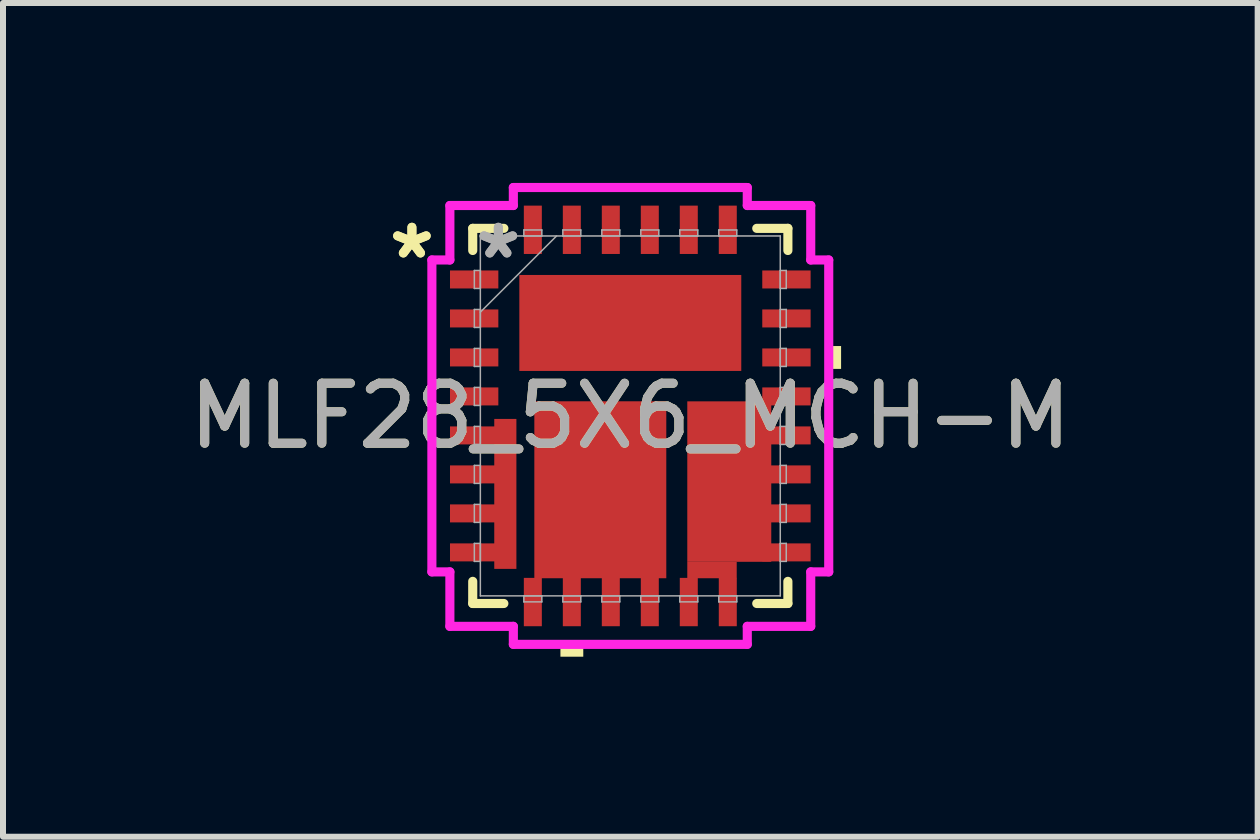
<source format=kicad_pcb>
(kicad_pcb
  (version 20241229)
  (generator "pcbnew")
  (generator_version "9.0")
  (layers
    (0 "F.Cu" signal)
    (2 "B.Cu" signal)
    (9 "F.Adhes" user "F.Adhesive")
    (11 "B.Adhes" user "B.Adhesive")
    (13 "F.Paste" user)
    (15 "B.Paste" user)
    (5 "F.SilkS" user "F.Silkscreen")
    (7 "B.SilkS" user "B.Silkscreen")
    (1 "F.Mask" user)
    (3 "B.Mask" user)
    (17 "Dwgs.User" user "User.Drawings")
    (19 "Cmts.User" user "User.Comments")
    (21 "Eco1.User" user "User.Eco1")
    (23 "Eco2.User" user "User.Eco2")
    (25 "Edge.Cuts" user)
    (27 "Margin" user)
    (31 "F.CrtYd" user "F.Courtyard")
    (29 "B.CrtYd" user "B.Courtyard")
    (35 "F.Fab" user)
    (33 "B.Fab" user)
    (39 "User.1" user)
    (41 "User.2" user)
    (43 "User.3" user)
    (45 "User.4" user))
  (footprint "MLF28_5X6_MCH-M"
    (layer "F.Cu")
    (at 7.458 3.884)
    (property "Reference" "MLF28_5X6_MCH-M" (at 0 0 0) (unlocked yes) (layer "F.SilkS") (effects (font (size 1 1) (thickness 0.15))))
    (attr smd)
    (fp_poly (pts (xy -2.268 0.05) (xy -1.899 0.05) (xy -1.899 2.55) (xy -2.268 2.55)) (stroke (width 0) (type solid)) (fill yes) (layer "F.Cu"))
    (fp_poly (pts (xy -1.6 -0.244) (xy 0.6 -0.244) (xy 0.6 2.706) (xy -1.6 2.706)) (stroke (width 0) (type solid)) (fill yes) (layer "F.Cu"))
    (fp_poly (pts (xy 0.95 2.431) (xy 1.774 2.431) (xy 1.774 2.706) (xy 0.95 2.706)) (stroke (width 0) (type solid)) (fill yes) (layer "F.Cu"))
    (fp_poly (pts (xy 0.95 -0.243) (xy 2.35 -0.243) (xy 2.35 2.432) (xy 0.95 2.432)) (stroke (width 0) (type solid)) (fill yes) (layer "F.Cu"))
    (fp_line (start -2.627 -3.127) (end -2.627 -2.758) (stroke (width 0.152) (type solid)) (layer "F.SilkS"))
    (fp_line (start -2.627 2.758) (end -2.627 3.127) (stroke (width 0.152) (type solid)) (layer "F.SilkS"))
    (fp_line (start -2.627 3.127) (end -2.108 3.127) (stroke (width 0.152) (type solid)) (layer "F.SilkS"))
    (fp_line (start -2.108 -3.127) (end -2.627 -3.127) (stroke (width 0.152) (type solid)) (layer "F.SilkS"))
    (fp_line (start 2.108 3.127) (end 2.627 3.127) (stroke (width 0.152) (type solid)) (layer "F.SilkS"))
    (fp_line (start 2.627 -3.127) (end 2.108 -3.127) (stroke (width 0.152) (type solid)) (layer "F.SilkS"))
    (fp_line (start 2.627 -2.758) (end 2.627 -3.127) (stroke (width 0.152) (type solid)) (layer "F.SilkS"))
    (fp_line (start 2.627 3.127) (end 2.627 2.758) (stroke (width 0.152) (type solid)) (layer "F.SilkS"))
    (fp_poly (pts (xy -1.165 3.76) (xy -1.165 4.014) (xy -0.784 4.014) (xy -0.784 3.76)) (stroke (width 0) (type solid)) (fill yes) (layer "F.SilkS"))
    (fp_poly (pts (xy 3.514 -1.165) (xy 3.514 -0.784) (xy 3.26 -0.784) (xy 3.26 -1.165)) (stroke (width 0) (type solid)) (fill yes) (layer "F.SilkS"))
    (fp_poly (pts (xy -3.003 -1.76) (xy -2.203 -1.76) (xy -2.203 -1.49) (xy -3.003 -1.49)) (stroke (width 0) (type solid)) (fill yes) (layer "F.Paste"))
    (fp_poly (pts (xy -3.003 -1.11) (xy -2.203 -1.11) (xy -2.203 -0.84) (xy -3.003 -0.84)) (stroke (width 0) (type solid)) (fill yes) (layer "F.Paste"))
    (fp_poly (pts (xy -3.003 -0.46) (xy -2.203 -0.46) (xy -2.203 -0.19) (xy -3.003 -0.19)) (stroke (width 0) (type solid)) (fill yes) (layer "F.Paste"))
    (fp_poly (pts (xy -3.003 0.19) (xy -2.203 0.19) (xy -2.203 0.46) (xy -3.003 0.46)) (stroke (width 0) (type solid)) (fill yes) (layer "F.Paste"))
    (fp_poly (pts (xy -3.003 0.84) (xy -2.203 0.84) (xy -2.203 1.11) (xy -3.003 1.11)) (stroke (width 0) (type solid)) (fill yes) (layer "F.Paste"))
    (fp_poly (pts (xy -3.003 1.49) (xy -2.203 1.49) (xy -2.203 1.76) (xy -3.003 1.76)) (stroke (width 0) (type solid)) (fill yes) (layer "F.Paste"))
    (fp_poly (pts (xy -3.003 2.14) (xy -2.203 2.14) (xy -2.203 2.41) (xy -3.003 2.41)) (stroke (width 0) (type solid)) (fill yes) (layer "F.Paste"))
    (fp_poly (pts (xy -1.837 -3.578) (xy -1.412 -3.578) (xy -1.412 -2.628) (xy -1.837 -2.628)) (stroke (width 0) (type solid)) (fill yes) (layer "F.Paste"))
    (fp_poly (pts (xy -1.187 -3.578) (xy -0.762 -3.578) (xy -0.762 -2.628) (xy -1.187 -2.628)) (stroke (width 0) (type solid)) (fill yes) (layer "F.Paste"))
    (fp_poly (pts (xy -1.11 -3.503) (xy -0.84 -3.503) (xy -0.84 -2.703) (xy -1.11 -2.703)) (stroke (width 0) (type solid)) (fill yes) (layer "F.Paste"))
    (fp_poly (pts (xy -0.537 -3.578) (xy -0.112 -3.578) (xy -0.112 -2.628) (xy -0.537 -2.628)) (stroke (width 0) (type solid)) (fill yes) (layer "F.Paste"))
    (fp_poly (pts (xy -0.46 -3.503) (xy -0.19 -3.503) (xy -0.19 -2.703) (xy -0.46 -2.703)) (stroke (width 0) (type solid)) (fill yes) (layer "F.Paste"))
    (fp_poly (pts (xy 0.113 -3.578) (xy 0.537 -3.578) (xy 0.537 -2.628) (xy 0.113 -2.628)) (stroke (width 0) (type solid)) (fill yes) (layer "F.Paste"))
    (fp_poly (pts (xy 0.762 -3.578) (xy 1.188 -3.578) (xy 1.188 -2.628) (xy 0.762 -2.628)) (stroke (width 0) (type solid)) (fill yes) (layer "F.Paste"))
    (fp_poly (pts (xy 0.762 2.628) (xy 1.188 2.628) (xy 1.188 3.578) (xy 0.762 3.578)) (stroke (width 0) (type solid)) (fill yes) (layer "F.Paste"))
    (fp_poly (pts (xy 1.413 -3.578) (xy 1.837 -3.578) (xy 1.837 -2.628) (xy 1.413 -2.628)) (stroke (width 0) (type solid)) (fill yes) (layer "F.Paste"))
    (fp_poly (pts (xy 1.413 2.628) (xy 1.837 2.628) (xy 1.837 3.578) (xy 1.413 3.578)) (stroke (width 0) (type solid)) (fill yes) (layer "F.Paste"))
    (fp_poly (pts (xy 2.062 2.628) (xy 2.488 2.628) (xy 2.488 3.578) (xy 2.062 3.578)) (stroke (width 0) (type solid)) (fill yes) (layer "F.Paste"))
    (fp_poly (pts (xy 2.128 -2.488) (xy 3.078 -2.488) (xy 3.078 -2.062) (xy 2.128 -2.062)) (stroke (width 0) (type solid)) (fill yes) (layer "F.Paste"))
    (fp_poly (pts (xy 2.128 -1.837) (xy 3.078 -1.837) (xy 3.078 -1.413) (xy 2.128 -1.413)) (stroke (width 0) (type solid)) (fill yes) (layer "F.Paste"))
    (fp_poly (pts (xy 2.128 -1.188) (xy 3.078 -1.188) (xy 3.078 -0.762) (xy 2.128 -0.762)) (stroke (width 0) (type solid)) (fill yes) (layer "F.Paste"))
    (fp_poly (pts (xy 2.128 -0.537) (xy 3.078 -0.537) (xy 3.078 -0.112) (xy 2.128 -0.112)) (stroke (width 0) (type solid)) (fill yes) (layer "F.Paste"))
    (fp_poly (pts (xy 2.128 0.113) (xy 3.078 0.113) (xy 3.078 0.537) (xy 2.128 0.537)) (stroke (width 0) (type solid)) (fill yes) (layer "F.Paste"))
    (fp_poly (pts (xy 2.128 0.762) (xy 3.078 0.762) (xy 3.078 1.188) (xy 2.128 1.188)) (stroke (width 0) (type solid)) (fill yes) (layer "F.Paste"))
    (fp_poly (pts (xy 2.128 1.413) (xy 3.078 1.413) (xy 3.078 1.837) (xy 2.128 1.837)) (stroke (width 0) (type solid)) (fill yes) (layer "F.Paste"))
    (fp_poly (pts (xy 2.128 2.062) (xy 3.078 2.062) (xy 3.078 2.488) (xy 2.128 2.488)) (stroke (width 0) (type solid)) (fill yes) (layer "F.Paste"))
    (fp_poly (pts (xy 2.712 2.628) (xy 3.137 2.628) (xy 3.137 3.578) (xy 2.712 3.578)) (stroke (width 0) (type solid)) (fill yes) (layer "F.Paste"))
    (fp_line (start -3.308 -2.6) (end -3.008 -2.6) (stroke (width 0.152) (type solid)) (layer "F.CrtYd"))
    (fp_line (start -3.308 2.6) (end -3.308 -2.6) (stroke (width 0.152) (type solid)) (layer "F.CrtYd"))
    (fp_line (start -3.008 -3.508) (end -1.95 -3.508) (stroke (width 0.152) (type solid)) (layer "F.CrtYd"))
    (fp_line (start -3.008 -2.6) (end -3.008 -3.508) (stroke (width 0.152) (type solid)) (layer "F.CrtYd"))
    (fp_line (start -3.008 2.6) (end -3.308 2.6) (stroke (width 0.152) (type solid)) (layer "F.CrtYd"))
    (fp_line (start -3.008 3.508) (end -3.008 2.6) (stroke (width 0.152) (type solid)) (layer "F.CrtYd"))
    (fp_line (start -1.95 -3.808) (end 1.95 -3.808) (stroke (width 0.152) (type solid)) (layer "F.CrtYd"))
    (fp_line (start -1.95 -3.508) (end -1.95 -3.808) (stroke (width 0.152) (type solid)) (layer "F.CrtYd"))
    (fp_line (start -1.95 3.508) (end -3.008 3.508) (stroke (width 0.152) (type solid)) (layer "F.CrtYd"))
    (fp_line (start -1.95 3.808) (end -1.95 3.508) (stroke (width 0.152) (type solid)) (layer "F.CrtYd"))
    (fp_line (start 1.95 -3.808) (end 1.95 -3.508) (stroke (width 0.152) (type solid)) (layer "F.CrtYd"))
    (fp_line (start 1.95 -3.508) (end 3.008 -3.508) (stroke (width 0.152) (type solid)) (layer "F.CrtYd"))
    (fp_line (start 1.95 3.508) (end 1.95 3.808) (stroke (width 0.152) (type solid)) (layer "F.CrtYd"))
    (fp_line (start 1.95 3.808) (end -1.95 3.808) (stroke (width 0.152) (type solid)) (layer "F.CrtYd"))
    (fp_line (start 3.008 -3.508) (end 3.008 -2.6) (stroke (width 0.152) (type solid)) (layer "F.CrtYd"))
    (fp_line (start 3.008 -2.6) (end 3.308 -2.6) (stroke (width 0.152) (type solid)) (layer "F.CrtYd"))
    (fp_line (start 3.008 2.6) (end 3.008 3.508) (stroke (width 0.152) (type solid)) (layer "F.CrtYd"))
    (fp_line (start 3.008 3.508) (end 1.95 3.508) (stroke (width 0.152) (type solid)) (layer "F.CrtYd"))
    (fp_line (start 3.308 -2.6) (end 3.308 2.6) (stroke (width 0.152) (type solid)) (layer "F.CrtYd"))
    (fp_line (start 3.308 2.6) (end 3.008 2.6) (stroke (width 0.152) (type solid)) (layer "F.CrtYd"))
    (fp_line (start -2.6 -2.425) (end -2.6 -2.125) (stroke (width 0.025) (type solid)) (layer "F.Fab"))
    (fp_line (start -2.6 -2.125) (end -2.5 -2.125) (stroke (width 0.025) (type solid)) (layer "F.Fab"))
    (fp_line (start -2.6 -1.775) (end -2.6 -1.475) (stroke (width 0.025) (type solid)) (layer "F.Fab"))
    (fp_line (start -2.6 -1.475) (end -2.5 -1.475) (stroke (width 0.025) (type solid)) (layer "F.Fab"))
    (fp_line (start -2.6 -1.125) (end -2.6 -0.825) (stroke (width 0.025) (type solid)) (layer "F.Fab"))
    (fp_line (start -2.6 -0.825) (end -2.5 -0.825) (stroke (width 0.025) (type solid)) (layer "F.Fab"))
    (fp_line (start -2.6 -0.475) (end -2.6 -0.175) (stroke (width 0.025) (type solid)) (layer "F.Fab"))
    (fp_line (start -2.6 -0.175) (end -2.5 -0.175) (stroke (width 0.025) (type solid)) (layer "F.Fab"))
    (fp_line (start -2.6 0.175) (end -2.6 0.475) (stroke (width 0.025) (type solid)) (layer "F.Fab"))
    (fp_line (start -2.6 0.475) (end -2.5 0.475) (stroke (width 0.025) (type solid)) (layer "F.Fab"))
    (fp_line (start -2.6 0.825) (end -2.6 1.125) (stroke (width 0.025) (type solid)) (layer "F.Fab"))
    (fp_line (start -2.6 1.125) (end -2.5 1.125) (stroke (width 0.025) (type solid)) (layer "F.Fab"))
    (fp_line (start -2.6 1.475) (end -2.6 1.775) (stroke (width 0.025) (type solid)) (layer "F.Fab"))
    (fp_line (start -2.6 1.775) (end -2.5 1.775) (stroke (width 0.025) (type solid)) (layer "F.Fab"))
    (fp_line (start -2.6 2.125) (end -2.6 2.425) (stroke (width 0.025) (type solid)) (layer "F.Fab"))
    (fp_line (start -2.6 2.425) (end -2.5 2.425) (stroke (width 0.025) (type solid)) (layer "F.Fab"))
    (fp_line (start -2.5 -3) (end -2.5 3) (stroke (width 0.025) (type solid)) (layer "F.Fab"))
    (fp_line (start -2.5 -2.425) (end -2.6 -2.425) (stroke (width 0.025) (type solid)) (layer "F.Fab"))
    (fp_line (start -2.5 -2.125) (end -2.5 -2.425) (stroke (width 0.025) (type solid)) (layer "F.Fab"))
    (fp_line (start -2.5 -1.775) (end -2.6 -1.775) (stroke (width 0.025) (type solid)) (layer "F.Fab"))
    (fp_line (start -2.5 -1.73) (end -1.23 -3) (stroke (width 0.025) (type solid)) (layer "F.Fab"))
    (fp_line (start -2.5 -1.475) (end -2.5 -1.775) (stroke (width 0.025) (type solid)) (layer "F.Fab"))
    (fp_line (start -2.5 -1.125) (end -2.6 -1.125) (stroke (width 0.025) (type solid)) (layer "F.Fab"))
    (fp_line (start -2.5 -0.825) (end -2.5 -1.125) (stroke (width 0.025) (type solid)) (layer "F.Fab"))
    (fp_line (start -2.5 -0.475) (end -2.6 -0.475) (stroke (width 0.025) (type solid)) (layer "F.Fab"))
    (fp_line (start -2.5 -0.175) (end -2.5 -0.475) (stroke (width 0.025) (type solid)) (layer "F.Fab"))
    (fp_line (start -2.5 0.175) (end -2.6 0.175) (stroke (width 0.025) (type solid)) (layer "F.Fab"))
    (fp_line (start -2.5 0.475) (end -2.5 0.175) (stroke (width 0.025) (type solid)) (layer "F.Fab"))
    (fp_line (start -2.5 0.825) (end -2.6 0.825) (stroke (width 0.025) (type solid)) (layer "F.Fab"))
    (fp_line (start -2.5 1.125) (end -2.5 0.825) (stroke (width 0.025) (type solid)) (layer "F.Fab"))
    (fp_line (start -2.5 1.475) (end -2.6 1.475) (stroke (width 0.025) (type solid)) (layer "F.Fab"))
    (fp_line (start -2.5 1.775) (end -2.5 1.475) (stroke (width 0.025) (type solid)) (layer "F.Fab"))
    (fp_line (start -2.5 2.125) (end -2.6 2.125) (stroke (width 0.025) (type solid)) (layer "F.Fab"))
    (fp_line (start -2.5 2.425) (end -2.5 2.125) (stroke (width 0.025) (type solid)) (layer "F.Fab"))
    (fp_line (start -2.5 3) (end 2.5 3) (stroke (width 0.025) (type solid)) (layer "F.Fab"))
    (fp_line (start -1.775 -3.1) (end -1.775 -3) (stroke (width 0.025) (type solid)) (layer "F.Fab"))
    (fp_line (start -1.775 -3) (end -1.475 -3) (stroke (width 0.025) (type solid)) (layer "F.Fab"))
    (fp_line (start -1.775 3) (end -1.775 3.1) (stroke (width 0.025) (type solid)) (layer "F.Fab"))
    (fp_line (start -1.775 3.1) (end -1.475 3.1) (stroke (width 0.025) (type solid)) (layer "F.Fab"))
    (fp_line (start -1.475 -3.1) (end -1.775 -3.1) (stroke (width 0.025) (type solid)) (layer "F.Fab"))
    (fp_line (start -1.475 -3) (end -1.475 -3.1) (stroke (width 0.025) (type solid)) (layer "F.Fab"))
    (fp_line (start -1.475 3) (end -1.775 3) (stroke (width 0.025) (type solid)) (layer "F.Fab"))
    (fp_line (start -1.475 3.1) (end -1.475 3) (stroke (width 0.025) (type solid)) (layer "F.Fab"))
    (fp_line (start -1.125 -3.1) (end -1.125 -3) (stroke (width 0.025) (type solid)) (layer "F.Fab"))
    (fp_line (start -1.125 -3) (end -0.825 -3) (stroke (width 0.025) (type solid)) (layer "F.Fab"))
    (fp_line (start -1.125 3) (end -1.125 3.1) (stroke (width 0.025) (type solid)) (layer "F.Fab"))
    (fp_line (start -1.125 3.1) (end -0.825 3.1) (stroke (width 0.025) (type solid)) (layer "F.Fab"))
    (fp_line (start -0.825 -3.1) (end -1.125 -3.1) (stroke (width 0.025) (type solid)) (layer "F.Fab"))
    (fp_line (start -0.825 -3) (end -0.825 -3.1) (stroke (width 0.025) (type solid)) (layer "F.Fab"))
    (fp_line (start -0.825 3) (end -1.125 3) (stroke (width 0.025) (type solid)) (layer "F.Fab"))
    (fp_line (start -0.825 3.1) (end -0.825 3) (stroke (width 0.025) (type solid)) (layer "F.Fab"))
    (fp_line (start -0.475 -3.1) (end -0.475 -3) (stroke (width 0.025) (type solid)) (layer "F.Fab"))
    (fp_line (start -0.475 -3) (end -0.175 -3) (stroke (width 0.025) (type solid)) (layer "F.Fab"))
    (fp_line (start -0.475 3) (end -0.475 3.1) (stroke (width 0.025) (type solid)) (layer "F.Fab"))
    (fp_line (start -0.475 3.1) (end -0.175 3.1) (stroke (width 0.025) (type solid)) (layer "F.Fab"))
    (fp_line (start -0.175 -3.1) (end -0.475 -3.1) (stroke (width 0.025) (type solid)) (layer "F.Fab"))
    (fp_line (start -0.175 -3) (end -0.175 -3.1) (stroke (width 0.025) (type solid)) (layer "F.Fab"))
    (fp_line (start -0.175 3) (end -0.475 3) (stroke (width 0.025) (type solid)) (layer "F.Fab"))
    (fp_line (start -0.175 3.1) (end -0.175 3) (stroke (width 0.025) (type solid)) (layer "F.Fab"))
    (fp_line (start 0.175 -3.1) (end 0.175 -3) (stroke (width 0.025) (type solid)) (layer "F.Fab"))
    (fp_line (start 0.175 -3) (end 0.475 -3) (stroke (width 0.025) (type solid)) (layer "F.Fab"))
    (fp_line (start 0.175 3) (end 0.175 3.1) (stroke (width 0.025) (type solid)) (layer "F.Fab"))
    (fp_line (start 0.175 3.1) (end 0.475 3.1) (stroke (width 0.025) (type solid)) (layer "F.Fab"))
    (fp_line (start 0.475 -3.1) (end 0.175 -3.1) (stroke (width 0.025) (type solid)) (layer "F.Fab"))
    (fp_line (start 0.475 -3) (end 0.475 -3.1) (stroke (width 0.025) (type solid)) (layer "F.Fab"))
    (fp_line (start 0.475 3) (end 0.175 3) (stroke (width 0.025) (type solid)) (layer "F.Fab"))
    (fp_line (start 0.475 3.1) (end 0.475 3) (stroke (width 0.025) (type solid)) (layer "F.Fab"))
    (fp_line (start 0.825 -3.1) (end 0.825 -3) (stroke (width 0.025) (type solid)) (layer "F.Fab"))
    (fp_line (start 0.825 -3) (end 1.125 -3) (stroke (width 0.025) (type solid)) (layer "F.Fab"))
    (fp_line (start 0.825 3) (end 0.825 3.1) (stroke (width 0.025) (type solid)) (layer "F.Fab"))
    (fp_line (start 0.825 3.1) (end 1.125 3.1) (stroke (width 0.025) (type solid)) (layer "F.Fab"))
    (fp_line (start 1.125 -3.1) (end 0.825 -3.1) (stroke (width 0.025) (type solid)) (layer "F.Fab"))
    (fp_line (start 1.125 -3) (end 1.125 -3.1) (stroke (width 0.025) (type solid)) (layer "F.Fab"))
    (fp_line (start 1.125 3) (end 0.825 3) (stroke (width 0.025) (type solid)) (layer "F.Fab"))
    (fp_line (start 1.125 3.1) (end 1.125 3) (stroke (width 0.025) (type solid)) (layer "F.Fab"))
    (fp_line (start 1.475 -3.1) (end 1.475 -3) (stroke (width 0.025) (type solid)) (layer "F.Fab"))
    (fp_line (start 1.475 -3) (end 1.775 -3) (stroke (width 0.025) (type solid)) (layer "F.Fab"))
    (fp_line (start 1.475 3) (end 1.475 3.1) (stroke (width 0.025) (type solid)) (layer "F.Fab"))
    (fp_line (start 1.475 3.1) (end 1.775 3.1) (stroke (width 0.025) (type solid)) (layer "F.Fab"))
    (fp_line (start 1.775 -3.1) (end 1.475 -3.1) (stroke (width 0.025) (type solid)) (layer "F.Fab"))
    (fp_line (start 1.775 -3) (end 1.775 -3.1) (stroke (width 0.025) (type solid)) (layer "F.Fab"))
    (fp_line (start 1.775 3) (end 1.475 3) (stroke (width 0.025) (type solid)) (layer "F.Fab"))
    (fp_line (start 1.775 3.1) (end 1.775 3) (stroke (width 0.025) (type solid)) (layer "F.Fab"))
    (fp_line (start 2.5 -3) (end -2.5 -3) (stroke (width 0.025) (type solid)) (layer "F.Fab"))
    (fp_line (start 2.5 -2.425) (end 2.5 -2.125) (stroke (width 0.025) (type solid)) (layer "F.Fab"))
    (fp_line (start 2.5 -2.125) (end 2.6 -2.125) (stroke (width 0.025) (type solid)) (layer "F.Fab"))
    (fp_line (start 2.5 -1.775) (end 2.5 -1.475) (stroke (width 0.025) (type solid)) (layer "F.Fab"))
    (fp_line (start 2.5 -1.475) (end 2.6 -1.475) (stroke (width 0.025) (type solid)) (layer "F.Fab"))
    (fp_line (start 2.5 -1.125) (end 2.5 -0.825) (stroke (width 0.025) (type solid)) (layer "F.Fab"))
    (fp_line (start 2.5 -0.825) (end 2.6 -0.825) (stroke (width 0.025) (type solid)) (layer "F.Fab"))
    (fp_line (start 2.5 -0.475) (end 2.5 -0.175) (stroke (width 0.025) (type solid)) (layer "F.Fab"))
    (fp_line (start 2.5 -0.175) (end 2.6 -0.175) (stroke (width 0.025) (type solid)) (layer "F.Fab"))
    (fp_line (start 2.5 0.175) (end 2.5 0.475) (stroke (width 0.025) (type solid)) (layer "F.Fab"))
    (fp_line (start 2.5 0.475) (end 2.6 0.475) (stroke (width 0.025) (type solid)) (layer "F.Fab"))
    (fp_line (start 2.5 0.825) (end 2.5 1.125) (stroke (width 0.025) (type solid)) (layer "F.Fab"))
    (fp_line (start 2.5 1.125) (end 2.6 1.125) (stroke (width 0.025) (type solid)) (layer "F.Fab"))
    (fp_line (start 2.5 1.475) (end 2.5 1.775) (stroke (width 0.025) (type solid)) (layer "F.Fab"))
    (fp_line (start 2.5 1.775) (end 2.6 1.775) (stroke (width 0.025) (type solid)) (layer "F.Fab"))
    (fp_line (start 2.5 2.125) (end 2.5 2.425) (stroke (width 0.025) (type solid)) (layer "F.Fab"))
    (fp_line (start 2.5 2.425) (end 2.6 2.425) (stroke (width 0.025) (type solid)) (layer "F.Fab"))
    (fp_line (start 2.5 3) (end 2.5 -3) (stroke (width 0.025) (type solid)) (layer "F.Fab"))
    (fp_line (start 2.6 -2.425) (end 2.5 -2.425) (stroke (width 0.025) (type solid)) (layer "F.Fab"))
    (fp_line (start 2.6 -2.125) (end 2.6 -2.425) (stroke (width 0.025) (type solid)) (layer "F.Fab"))
    (fp_line (start 2.6 -1.775) (end 2.5 -1.775) (stroke (width 0.025) (type solid)) (layer "F.Fab"))
    (fp_line (start 2.6 -1.475) (end 2.6 -1.775) (stroke (width 0.025) (type solid)) (layer "F.Fab"))
    (fp_line (start 2.6 -1.125) (end 2.5 -1.125) (stroke (width 0.025) (type solid)) (layer "F.Fab"))
    (fp_line (start 2.6 -0.825) (end 2.6 -1.125) (stroke (width 0.025) (type solid)) (layer "F.Fab"))
    (fp_line (start 2.6 -0.475) (end 2.5 -0.475) (stroke (width 0.025) (type solid)) (layer "F.Fab"))
    (fp_line (start 2.6 -0.175) (end 2.6 -0.475) (stroke (width 0.025) (type solid)) (layer "F.Fab"))
    (fp_line (start 2.6 0.175) (end 2.5 0.175) (stroke (width 0.025) (type solid)) (layer "F.Fab"))
    (fp_line (start 2.6 0.475) (end 2.6 0.175) (stroke (width 0.025) (type solid)) (layer "F.Fab"))
    (fp_line (start 2.6 0.825) (end 2.5 0.825) (stroke (width 0.025) (type solid)) (layer "F.Fab"))
    (fp_line (start 2.6 1.125) (end 2.6 0.825) (stroke (width 0.025) (type solid)) (layer "F.Fab"))
    (fp_line (start 2.6 1.475) (end 2.5 1.475) (stroke (width 0.025) (type solid)) (layer "F.Fab"))
    (fp_line (start 2.6 1.775) (end 2.6 1.475) (stroke (width 0.025) (type solid)) (layer "F.Fab"))
    (fp_line (start 2.6 2.125) (end 2.5 2.125) (stroke (width 0.025) (type solid)) (layer "F.Fab"))
    (fp_line (start 2.6 2.425) (end 2.6 2.125) (stroke (width 0.025) (type solid)) (layer "F.Fab"))
    (fp_text user "*" (at -3.641 -2.6 0) (layer "F.SilkS") (effects (font (size 1 1) (thickness 0.15))))
    (fp_text user "*" (at -3.641 -2.6 0) (unlocked yes) (layer "F.SilkS") (effects (font (size 1 1) (thickness 0.15))))
    (fp_text user "*" (at -2.2 -2.6 0) (unlocked yes) (layer "F.Fab") (effects (font (size 1 1) (thickness 0.15))))
    (fp_text user "*" (at -2.2 -2.6 0) (layer "F.Fab") (effects (font (size 1 1) (thickness 0.15))))
    (fp_text user "${REFERENCE}" (at 0 0 0) (unlocked yes) (layer "F.Fab") (effects (font (size 1 1) (thickness 0.15))))
    (pad "1" smd rect (at -2.603 -2.275 90) (size 0.3 0.806) (layers "F.Cu" "F.Mask" "F.Paste"))
    (pad "2" smd rect (at -2.603 -1.625 90) (size 0.3 0.806) (layers "F.Cu" "F.Mask" "F.Paste"))
    (pad "3" smd rect (at -2.603 -0.975 90) (size 0.3 0.806) (layers "F.Cu" "F.Mask" "F.Paste"))
    (pad "4" smd rect (at -2.603 -0.325 90) (size 0.3 0.806) (layers "F.Cu" "F.Mask" "F.Paste"))
    (pad "5" smd rect (at -2.603 0.325 90) (size 0.3 0.806) (layers "F.Cu" "F.Mask" "F.Paste"))
    (pad "6" smd rect (at -2.603 0.975 90) (size 0.3 0.806) (layers "F.Cu" "F.Mask" "F.Paste"))
    (pad "7" smd rect (at -2.603 1.625 90) (size 0.3 0.806) (layers "F.Cu" "F.Mask" "F.Paste"))
    (pad "8" smd rect (at -2.603 2.275 90) (size 0.3 0.806) (layers "F.Cu" "F.Mask" "F.Paste"))
    (pad "9" smd rect (at -1.625 3.103) (size 0.3 0.806) (layers "F.Cu" "F.Mask" "F.Paste"))
    (pad "10" smd rect (at -0.975 3.103) (size 0.3 0.806) (layers "F.Cu" "F.Mask" "F.Paste"))
    (pad "11" smd rect (at -0.325 3.103) (size 0.3 0.806) (layers "F.Cu" "F.Mask" "F.Paste"))
    (pad "12" smd rect (at 0.325 3.103) (size 0.3 0.806) (layers "F.Cu" "F.Mask" "F.Paste"))
    (pad "13" smd rect (at 0.975 3.103) (size 0.3 0.806) (layers "F.Cu" "F.Mask" "F.Paste"))
    (pad "14" smd rect (at 1.625 3.103) (size 0.3 0.806) (layers "F.Cu" "F.Mask" "F.Paste"))
    (pad "15" smd rect (at 2.603 2.275 90) (size 0.3 0.806) (layers "F.Cu" "F.Mask" "F.Paste"))
    (pad "16" smd rect (at 2.603 1.625 90) (size 0.3 0.806) (layers "F.Cu" "F.Mask" "F.Paste"))
    (pad "17" smd rect (at 2.603 0.975 90) (size 0.3 0.806) (layers "F.Cu" "F.Mask" "F.Paste"))
    (pad "18" smd rect (at 2.603 0.325 90) (size 0.3 0.806) (layers "F.Cu" "F.Mask" "F.Paste"))
    (pad "19" smd rect (at 2.603 -0.325 90) (size 0.3 0.806) (layers "F.Cu" "F.Mask" "F.Paste"))
    (pad "20" smd rect (at 2.603 -0.975 90) (size 0.3 0.806) (layers "F.Cu" "F.Mask" "F.Paste"))
    (pad "21" smd rect (at 2.603 -1.625 90) (size 0.3 0.806) (layers "F.Cu" "F.Mask" "F.Paste"))
    (pad "22" smd rect (at 2.603 -2.275 90) (size 0.3 0.806) (layers "F.Cu" "F.Mask" "F.Paste"))
    (pad "23" smd rect (at 1.625 -3.103) (size 0.3 0.806) (layers "F.Cu" "F.Mask" "F.Paste"))
    (pad "24" smd rect (at 0.975 -3.103) (size 0.3 0.806) (layers "F.Cu" "F.Mask" "F.Paste"))
    (pad "25" smd rect (at 0.325 -3.103) (size 0.3 0.806) (layers "F.Cu" "F.Mask" "F.Paste"))
    (pad "26" smd rect (at -0.325 -3.103) (size 0.3 0.806) (layers "F.Cu" "F.Mask" "F.Paste"))
    (pad "27" smd rect (at -0.975 -3.103) (size 0.3 0.806) (layers "F.Cu" "F.Mask" "F.Paste"))
    (pad "28" smd rect (at -1.625 -3.103) (size 0.3 0.806) (layers "F.Cu" "F.Mask" "F.Paste"))
    (pad "29" smd rect (at 0 -1.55) (size 3.7 1.6) (layers "F.Cu" "F.Mask" "F.Paste")))
  (gr_rect
    (start -3 -3)
    (end 17.917 10.899)
    (stroke (width 0.1) (type default))
    (fill no)
    (layer "Edge.Cuts")))
</source>
